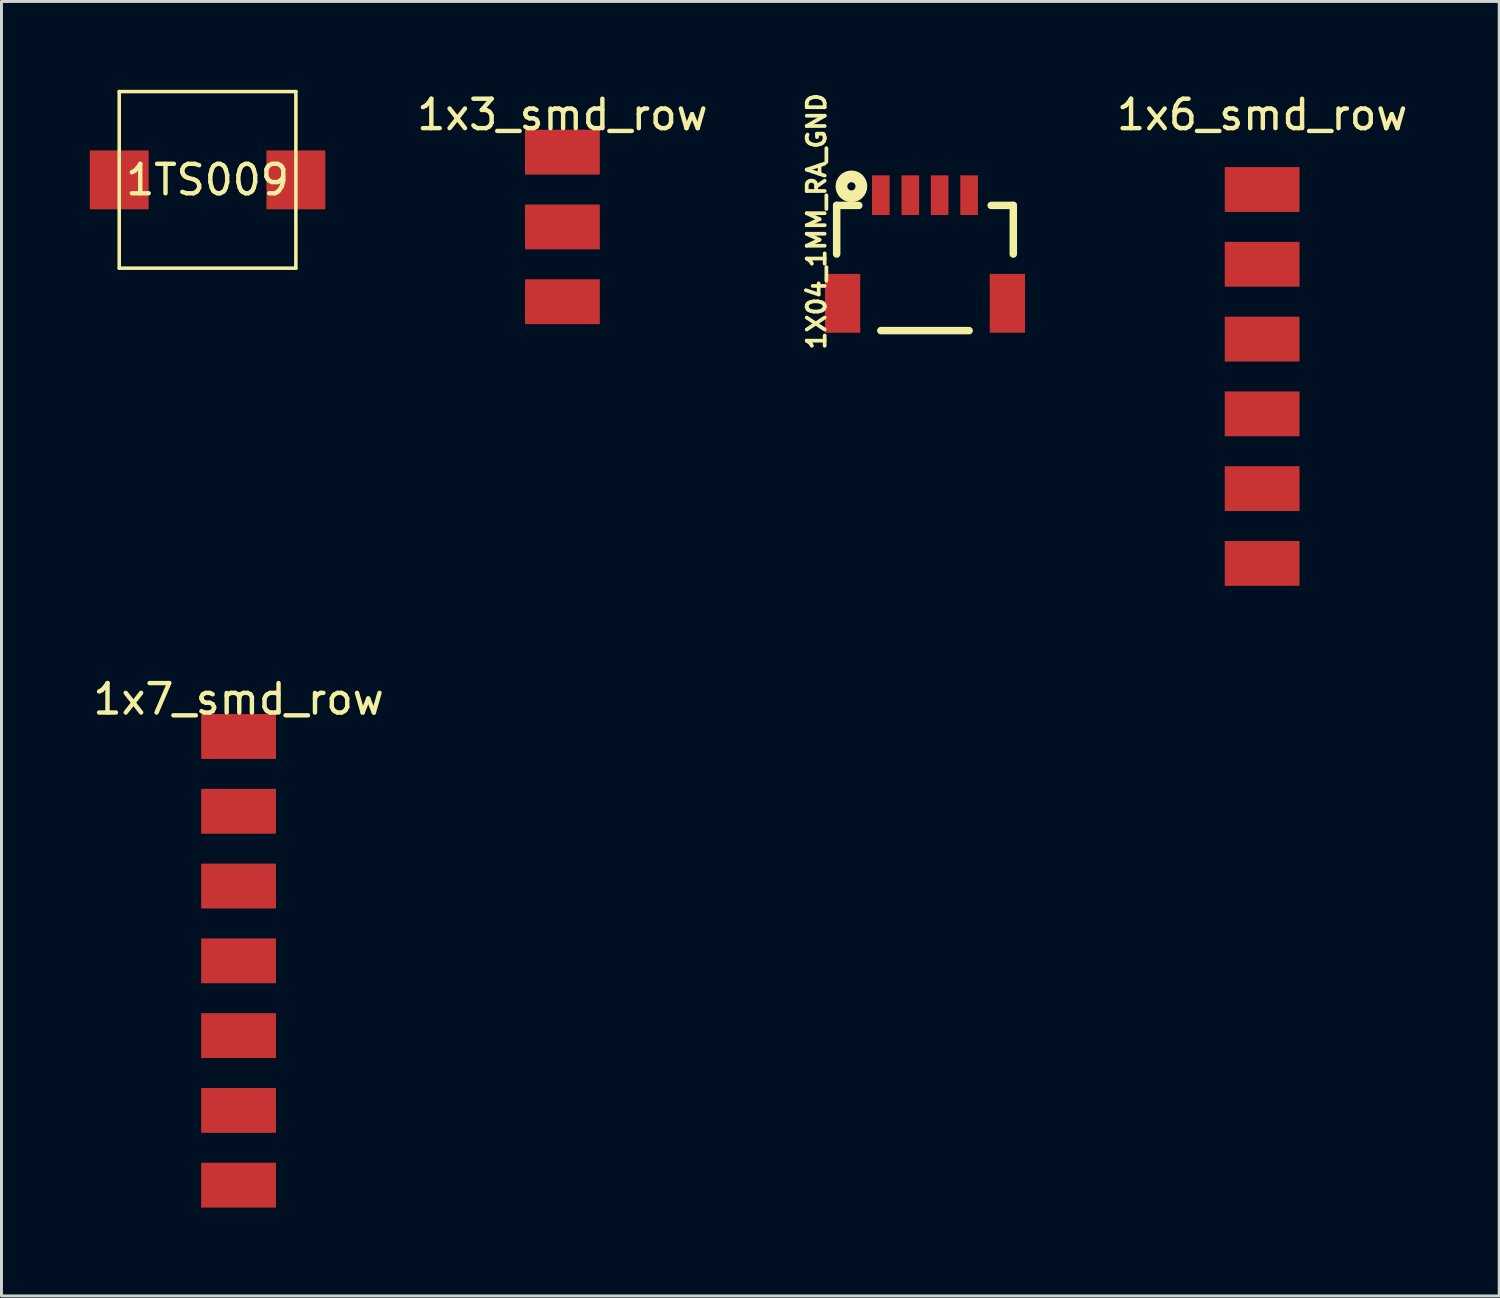
<source format=kicad_pcb>
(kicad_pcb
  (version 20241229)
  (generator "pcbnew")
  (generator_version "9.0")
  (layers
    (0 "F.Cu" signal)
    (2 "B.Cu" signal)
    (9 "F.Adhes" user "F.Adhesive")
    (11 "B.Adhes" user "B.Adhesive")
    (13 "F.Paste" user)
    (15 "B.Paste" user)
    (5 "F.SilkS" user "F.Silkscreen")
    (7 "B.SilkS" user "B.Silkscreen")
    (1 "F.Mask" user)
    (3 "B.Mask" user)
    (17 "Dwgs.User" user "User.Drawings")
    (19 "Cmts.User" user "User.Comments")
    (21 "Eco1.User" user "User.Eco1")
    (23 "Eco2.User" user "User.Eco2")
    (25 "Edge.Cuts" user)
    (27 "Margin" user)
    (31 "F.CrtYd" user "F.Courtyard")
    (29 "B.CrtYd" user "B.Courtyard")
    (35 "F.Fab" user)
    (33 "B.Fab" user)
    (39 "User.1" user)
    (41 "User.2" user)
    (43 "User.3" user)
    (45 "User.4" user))
  (footprint "1TS009"
    (layer "F.Cu")
    (at 4 3.06)
    (property "Reference" "1TS009" (at 0 0 0) (layer "F.SilkS") (effects (font (size 1 1) (thickness 0.15))))
    (attr through_hole)
    (fp_line (start -3 -3) (end 3 -3) (stroke (width 0.12) (type solid)) (layer "F.SilkS"))
    (fp_line (start -3 3) (end -3 -3) (stroke (width 0.12) (type solid)) (layer "F.SilkS"))
    (fp_line (start 3 -3) (end 3 3) (stroke (width 0.12) (type solid)) (layer "F.SilkS"))
    (fp_line (start 3 3) (end -3 3) (stroke (width 0.12) (type solid)) (layer "F.SilkS"))
    (pad "1" smd rect (at -3 0) (size 2 2) (layers "F.Cu" "F.Mask" "F.Paste"))
    (pad "2" smd rect (at 3 0 180) (size 2 2) (layers "F.Cu" "F.Mask" "F.Paste")))
  (footprint "1x6_smd_row"
    (layer "F.Cu")
    (at 39.822 9.738)
    (property "Reference" "1x6_smd_row" (at 0 -8.89 0) (layer "F.SilkS") (effects (font (size 1 1) (thickness 0.15))))
    (attr through_hole)
    (pad "1" smd rect (at 0 -6.35) (size 2.54 1.524) (layers "F.Cu" "F.Mask" "F.Paste"))
    (pad "2" smd rect (at 0 -3.81) (size 2.54 1.524) (layers "F.Cu" "F.Mask" "F.Paste"))
    (pad "3" smd rect (at 0 -1.27) (size 2.54 1.524) (layers "F.Cu" "F.Mask" "F.Paste"))
    (pad "4" smd rect (at 0 1.27) (size 2.54 1.524) (layers "F.Cu" "F.Mask" "F.Paste"))
    (pad "5" smd rect (at 0 3.81) (size 2.54 1.524) (layers "F.Cu" "F.Mask" "F.Paste"))
    (pad "6" smd rect (at 0 6.35) (size 2.54 1.524) (layers "F.Cu" "F.Mask" "F.Paste")))
  (footprint "1X04_1MM_RA_GND"
    (layer "F.Cu")
    (at 28.37 3.58)
    (property "Reference" "1X04_1MM_RA_GND" (at -3.683 0.889 90) (layer "F.SilkS") (effects (font (size 0.61 0.61) (thickness 0.127))))
    (attr smd)
    (fp_line (start -3 0.348) (end -2.248 0.348) (stroke (width 0.254) (type solid)) (layer "F.SilkS"))
    (fp_line (start -3 1.999) (end -3 0.348) (stroke (width 0.254) (type solid)) (layer "F.SilkS"))
    (fp_line (start -1.499 4.6) (end 1.499 4.6) (stroke (width 0.254) (type solid)) (layer "F.SilkS"))
    (fp_line (start 2.248 0.348) (end 3 0.348) (stroke (width 0.254) (type solid)) (layer "F.SilkS"))
    (fp_line (start 3 0.348) (end 3 1.999) (stroke (width 0.254) (type solid)) (layer "F.SilkS"))
    (fp_circle (center -2.499 -0.3) (end -2.499 -0.439) (stroke (width 0.399) (type solid)) (fill no) (layer "F.SilkS"))
    (pad "1" smd rect (at -1.499 0) (size 0.599 1.349) (layers "F.Cu" "F.Mask" "F.Paste"))
    (pad "2" smd rect (at -0.498 0) (size 0.599 1.349) (layers "F.Cu" "F.Mask" "F.Paste"))
    (pad "3" smd rect (at 0.498 0) (size 0.599 1.349) (layers "F.Cu" "F.Mask" "F.Paste"))
    (pad "4" smd rect (at 1.499 0) (size 0.599 1.349) (layers "F.Cu" "F.Mask" "F.Paste"))
    (pad "5" smd rect (at -2.799 3.673) (size 1.199 1.999) (layers "F.Cu" "F.Mask" "F.Paste"))
    (pad "6" smd rect (at 2.799 3.673) (size 1.199 1.999) (layers "F.Cu" "F.Mask" "F.Paste")))
  (footprint "1x7_smd_row"
    (layer "F.Cu")
    (at 5.054 29.588)
    (property "Reference" "1x7_smd_row" (at 0 -8.89 0) (layer "F.SilkS") (effects (font (size 1 1) (thickness 0.15))))
    (attr through_hole)
    (pad "1" smd rect (at 0 -7.62) (size 2.54 1.524) (layers "F.Cu" "F.Mask" "F.Paste"))
    (pad "2" smd rect (at 0 -5.08) (size 2.54 1.524) (layers "F.Cu" "F.Mask" "F.Paste"))
    (pad "3" smd rect (at 0 -2.54) (size 2.54 1.524) (layers "F.Cu" "F.Mask" "F.Paste"))
    (pad "4" smd rect (at 0 0) (size 2.54 1.524) (layers "F.Cu" "F.Mask" "F.Paste"))
    (pad "5" smd rect (at 0 2.54) (size 2.54 1.524) (layers "F.Cu" "F.Mask" "F.Paste"))
    (pad "6" smd rect (at 0 5.08) (size 2.54 1.524) (layers "F.Cu" "F.Mask" "F.Paste"))
    (pad "7" smd rect (at 0 7.62) (size 2.54 1.524) (layers "F.Cu" "F.Mask" "F.Paste")))
  (footprint "1x3_smd_row"
    (layer "F.Cu")
    (at 16.054 4.658)
    (property "Reference" "1x3_smd_row" (at 0 -3.81 0) (layer "F.SilkS") (effects (font (size 1 1) (thickness 0.15))))
    (attr through_hole)
    (pad "1" smd rect (at 0 -2.54) (size 2.54 1.524) (layers "F.Cu" "F.Mask" "F.Paste"))
    (pad "2" smd rect (at 0 0) (size 2.54 1.524) (layers "F.Cu" "F.Mask" "F.Paste"))
    (pad "3" smd rect (at 0 2.54) (size 2.54 1.524) (layers "F.Cu" "F.Mask" "F.Paste")))
  (gr_rect
    (start -3 -3)
    (end 47.875 40.971)
    (stroke (width 0.1) (type default))
    (fill no)
    (layer "Edge.Cuts")))
</source>
